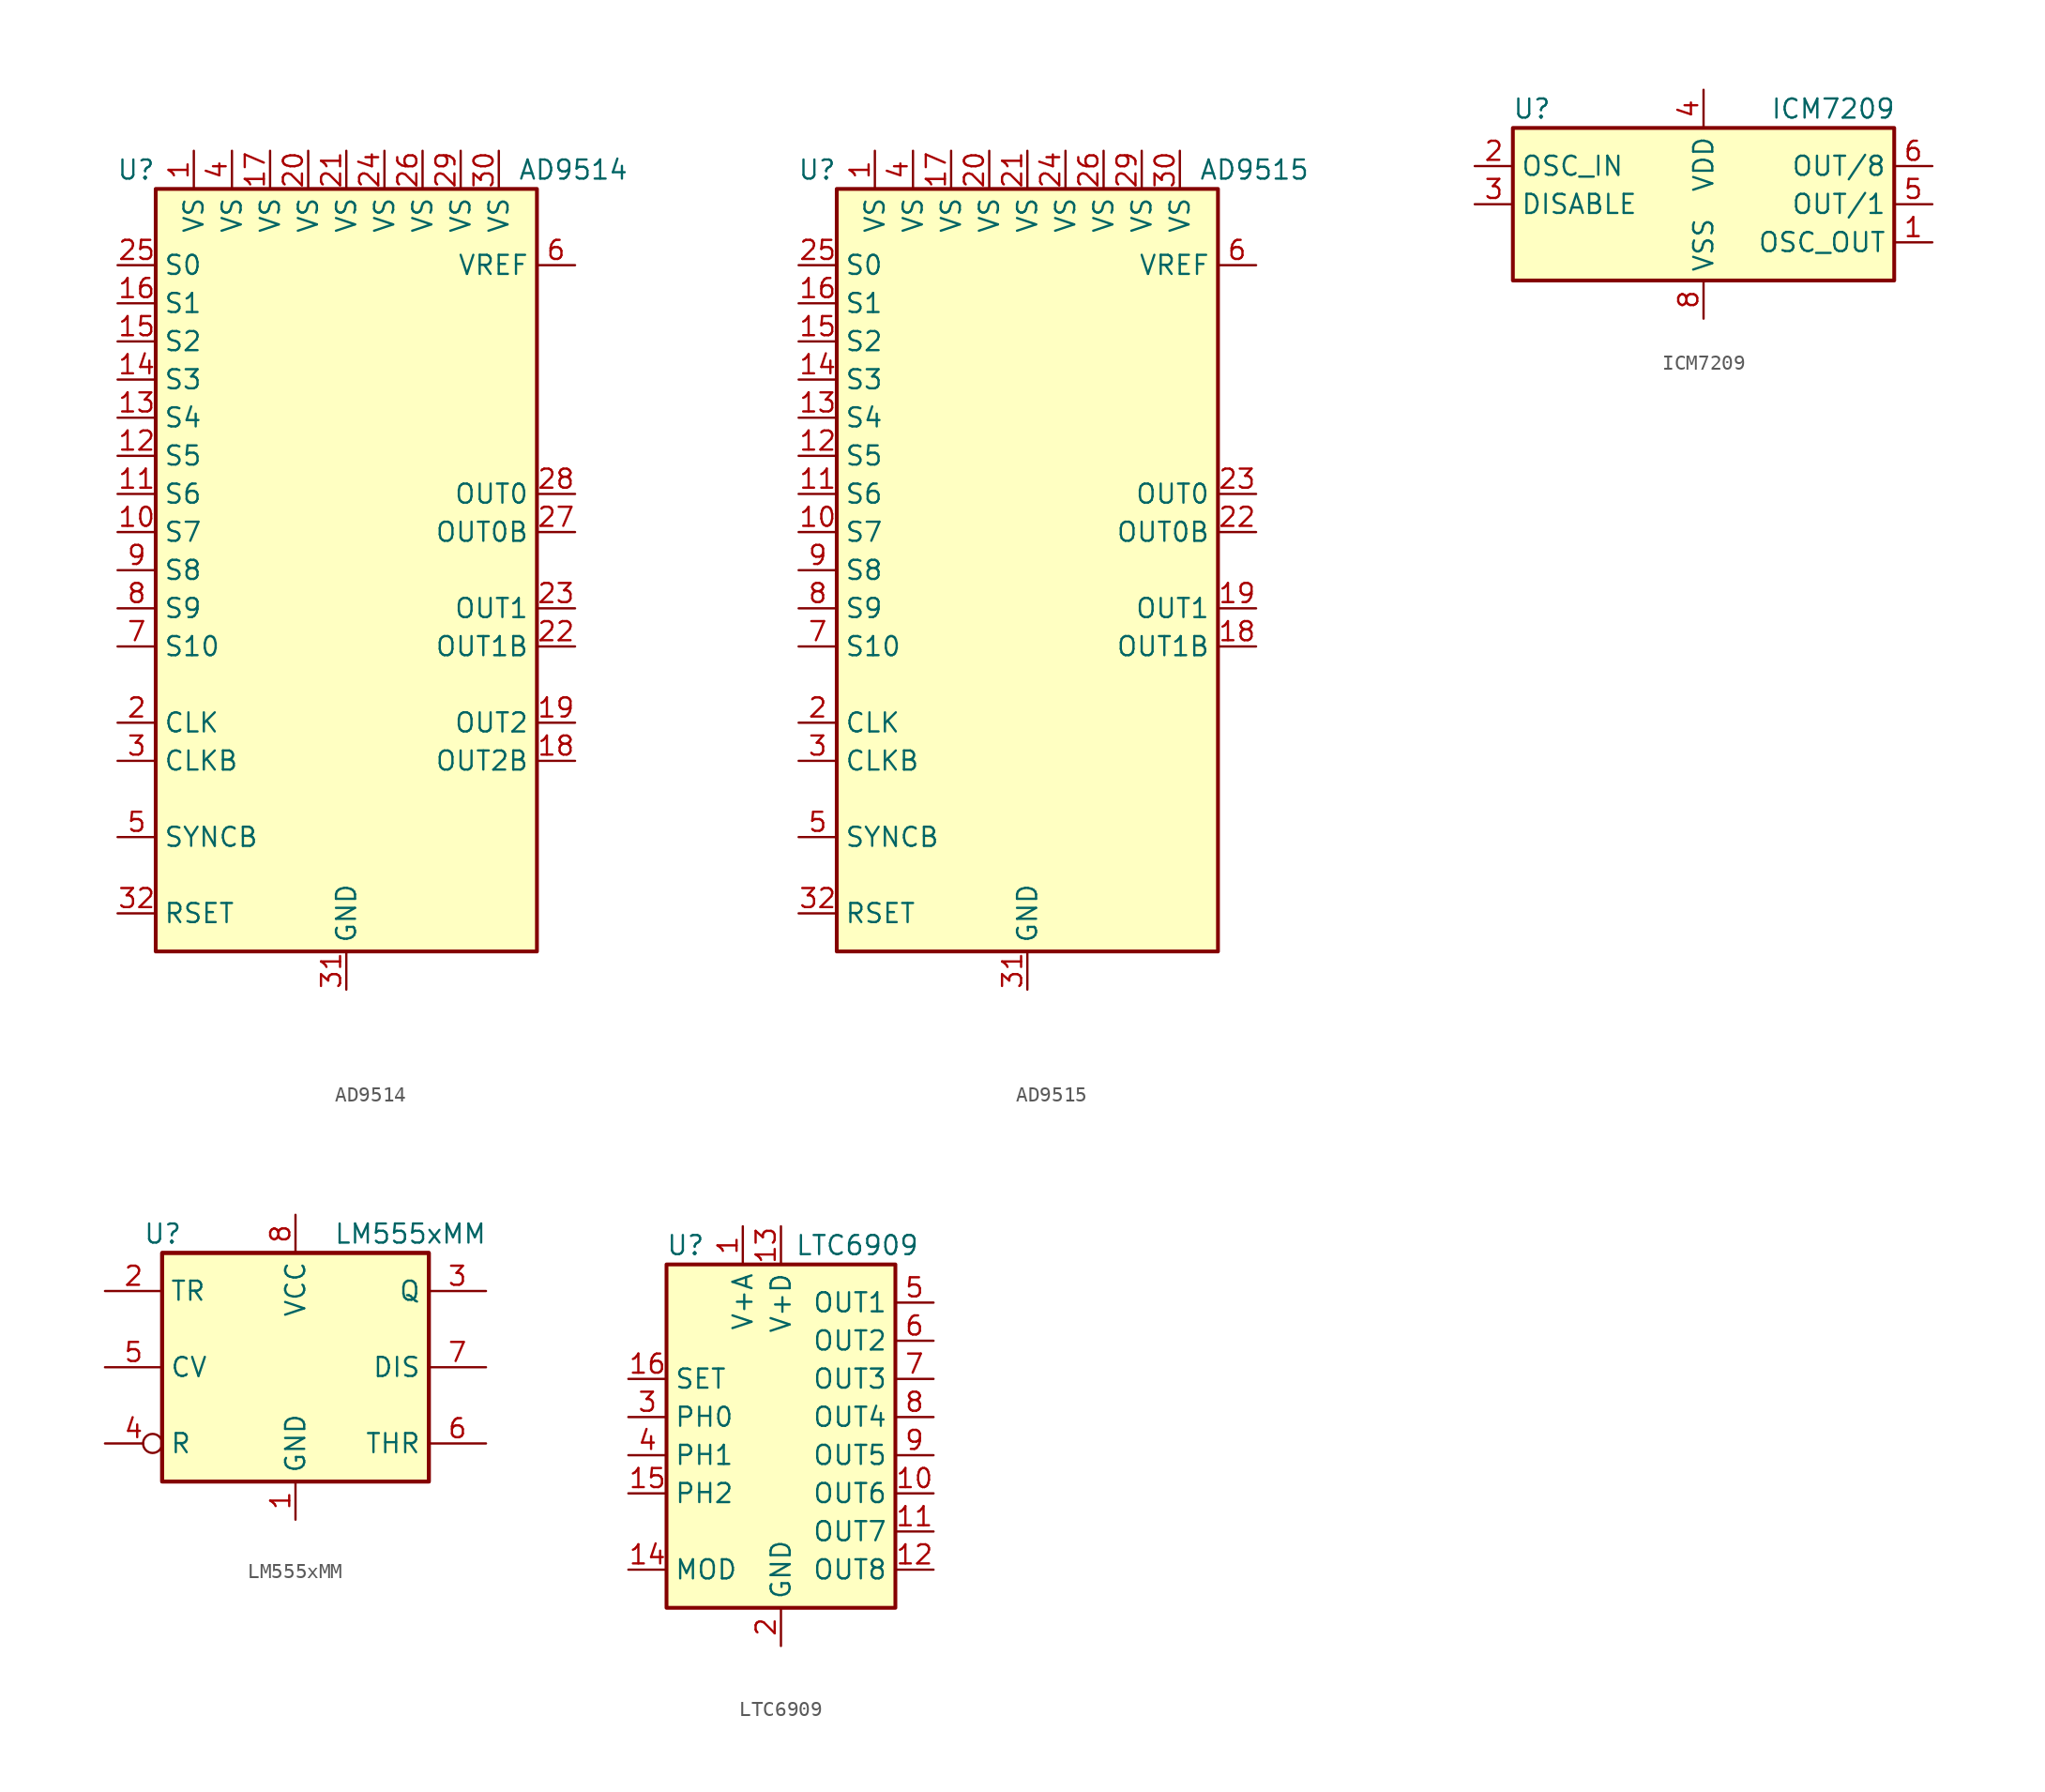
<source format=kicad_sym>
(kicad_symbol_lib
  (version 20211014)
  (generator kicad_symbol_editor)
  (symbol "AD9514"
    (property "Reference" "U"
      (at -12.7 26.67 0)
      (effects (font (size 1.27 1.27)) (justify right)))
    (property "Value" "AD9514"
      (at 11.43 26.67 0)
      (effects (font (size 1.27 1.27)) (justify left)))
    (symbol "AD9514_1_1"
      (rectangle (start -12.7 25.4) (end 12.7 -25.4) (stroke (width 0.254) (type default) (color 0 0 0 0)) (fill (type background)))
      (pin power_in line (at -10.16 27.94 270) (length 2.54) (name "VS" (effects (font (size 1.27 1.27)))) (number "1" (effects (font (size 1.27 1.27)))))
      (pin input line (at -15.24 2.54 0) (length 2.54) (name "S7" (effects (font (size 1.27 1.27)))) (number "10" (effects (font (size 1.27 1.27)))))
      (pin input line (at -15.24 5.08 0) (length 2.54) (name "S6" (effects (font (size 1.27 1.27)))) (number "11" (effects (font (size 1.27 1.27)))))
      (pin input line (at -15.24 7.62 0) (length 2.54) (name "S5" (effects (font (size 1.27 1.27)))) (number "12" (effects (font (size 1.27 1.27)))))
      (pin input line (at -15.24 10.16 0) (length 2.54) (name "S4" (effects (font (size 1.27 1.27)))) (number "13" (effects (font (size 1.27 1.27)))))
      (pin input line (at -15.24 12.7 0) (length 2.54) (name "S3" (effects (font (size 1.27 1.27)))) (number "14" (effects (font (size 1.27 1.27)))))
      (pin input line (at -15.24 15.24 0) (length 2.54) (name "S2" (effects (font (size 1.27 1.27)))) (number "15" (effects (font (size 1.27 1.27)))))
      (pin input line (at -15.24 17.78 0) (length 2.54) (name "S1" (effects (font (size 1.27 1.27)))) (number "16" (effects (font (size 1.27 1.27)))))
      (pin power_in line (at -5.08 27.94 270) (length 2.54) (name "VS" (effects (font (size 1.27 1.27)))) (number "17" (effects (font (size 1.27 1.27)))))
      (pin output line (at 15.24 -12.7 180) (length 2.54) (name "OUT2B" (effects (font (size 1.27 1.27)))) (number "18" (effects (font (size 1.27 1.27)))))
      (pin output line (at 15.24 -10.16 180) (length 2.54) (name "OUT2" (effects (font (size 1.27 1.27)))) (number "19" (effects (font (size 1.27 1.27)))))
      (pin input line (at -15.24 -10.16 0) (length 2.54) (name "CLK" (effects (font (size 1.27 1.27)))) (number "2" (effects (font (size 1.27 1.27)))))
      (pin power_in line (at -2.54 27.94 270) (length 2.54) (name "VS" (effects (font (size 1.27 1.27)))) (number "20" (effects (font (size 1.27 1.27)))))
      (pin power_in line (at 0 27.94 270) (length 2.54) (name "VS" (effects (font (size 1.27 1.27)))) (number "21" (effects (font (size 1.27 1.27)))))
      (pin open_emitter line (at 15.24 -5.08 180) (length 2.54) (name "OUT1B" (effects (font (size 1.27 1.27)))) (number "22" (effects (font (size 1.27 1.27)))))
      (pin open_emitter line (at 15.24 -2.54 180) (length 2.54) (name "OUT1" (effects (font (size 1.27 1.27)))) (number "23" (effects (font (size 1.27 1.27)))))
      (pin power_in line (at 2.54 27.94 270) (length 2.54) (name "VS" (effects (font (size 1.27 1.27)))) (number "24" (effects (font (size 1.27 1.27)))))
      (pin input line (at -15.24 20.32 0) (length 2.54) (name "S0" (effects (font (size 1.27 1.27)))) (number "25" (effects (font (size 1.27 1.27)))))
      (pin power_in line (at 5.08 27.94 270) (length 2.54) (name "VS" (effects (font (size 1.27 1.27)))) (number "26" (effects (font (size 1.27 1.27)))))
      (pin open_emitter line (at 15.24 2.54 180) (length 2.54) (name "OUT0B" (effects (font (size 1.27 1.27)))) (number "27" (effects (font (size 1.27 1.27)))))
      (pin open_emitter line (at 15.24 5.08 180) (length 2.54) (name "OUT0" (effects (font (size 1.27 1.27)))) (number "28" (effects (font (size 1.27 1.27)))))
      (pin power_in line (at 7.62 27.94 270) (length 2.54) (name "VS" (effects (font (size 1.27 1.27)))) (number "29" (effects (font (size 1.27 1.27)))))
      (pin input line (at -15.24 -12.7 0) (length 2.54) (name "CLKB" (effects (font (size 1.27 1.27)))) (number "3" (effects (font (size 1.27 1.27)))))
      (pin power_in line (at 10.16 27.94 270) (length 2.54) (name "VS" (effects (font (size 1.27 1.27)))) (number "30" (effects (font (size 1.27 1.27)))))
      (pin power_in line (at 0 -27.94 90) (length 2.54) (name "GND" (effects (font (size 1.27 1.27)))) (number "31" (effects (font (size 1.27 1.27)))))
      (pin passive line (at -15.24 -22.86 0) (length 2.54) (name "RSET" (effects (font (size 1.27 1.27)))) (number "32" (effects (font (size 1.27 1.27)))))
      (pin passive line (at 0 -27.94 90) (length 2.54) hide (name "GND" (effects (font (size 1.27 1.27)))) (number "33" (effects (font (size 1.27 1.27)))))
      (pin power_in line (at -7.62 27.94 270) (length 2.54) (name "VS" (effects (font (size 1.27 1.27)))) (number "4" (effects (font (size 1.27 1.27)))))
      (pin input line (at -15.24 -17.78 0) (length 2.54) (name "SYNCB" (effects (font (size 1.27 1.27)))) (number "5" (effects (font (size 1.27 1.27)))))
      (pin power_out line (at 15.24 20.32 180) (length 2.54) (name "VREF" (effects (font (size 1.27 1.27)))) (number "6" (effects (font (size 1.27 1.27)))))
      (pin input line (at -15.24 -5.08 0) (length 2.54) (name "S10" (effects (font (size 1.27 1.27)))) (number "7" (effects (font (size 1.27 1.27)))))
      (pin input line (at -15.24 -2.54 0) (length 2.54) (name "S9" (effects (font (size 1.27 1.27)))) (number "8" (effects (font (size 1.27 1.27)))))
      (pin input line (at -15.24 0 0) (length 2.54) (name "S8" (effects (font (size 1.27 1.27)))) (number "9" (effects (font (size 1.27 1.27)))))))
  (symbol "AD9515"
    (property "Reference" "U"
      (at -12.7 26.67 0)
      (effects (font (size 1.27 1.27)) (justify right)))
    (property "Value" "AD9515"
      (at 11.43 26.67 0)
      (effects (font (size 1.27 1.27)) (justify left)))
    (symbol "AD9515_1_1"
      (rectangle (start -12.7 25.4) (end 12.7 -25.4) (stroke (width 0.254) (type default) (color 0 0 0 0)) (fill (type background)))
      (pin power_in line (at -10.16 27.94 270) (length 2.54) (name "VS" (effects (font (size 1.27 1.27)))) (number "1" (effects (font (size 1.27 1.27)))))
      (pin input line (at -15.24 2.54 0) (length 2.54) (name "S7" (effects (font (size 1.27 1.27)))) (number "10" (effects (font (size 1.27 1.27)))))
      (pin input line (at -15.24 5.08 0) (length 2.54) (name "S6" (effects (font (size 1.27 1.27)))) (number "11" (effects (font (size 1.27 1.27)))))
      (pin input line (at -15.24 7.62 0) (length 2.54) (name "S5" (effects (font (size 1.27 1.27)))) (number "12" (effects (font (size 1.27 1.27)))))
      (pin input line (at -15.24 10.16 0) (length 2.54) (name "S4" (effects (font (size 1.27 1.27)))) (number "13" (effects (font (size 1.27 1.27)))))
      (pin input line (at -15.24 12.7 0) (length 2.54) (name "S3" (effects (font (size 1.27 1.27)))) (number "14" (effects (font (size 1.27 1.27)))))
      (pin input line (at -15.24 15.24 0) (length 2.54) (name "S2" (effects (font (size 1.27 1.27)))) (number "15" (effects (font (size 1.27 1.27)))))
      (pin input line (at -15.24 17.78 0) (length 2.54) (name "S1" (effects (font (size 1.27 1.27)))) (number "16" (effects (font (size 1.27 1.27)))))
      (pin power_in line (at -5.08 27.94 270) (length 2.54) (name "VS" (effects (font (size 1.27 1.27)))) (number "17" (effects (font (size 1.27 1.27)))))
      (pin output line (at 15.24 -5.08 180) (length 2.54) (name "OUT1B" (effects (font (size 1.27 1.27)))) (number "18" (effects (font (size 1.27 1.27)))))
      (pin output line (at 15.24 -2.54 180) (length 2.54) (name "OUT1" (effects (font (size 1.27 1.27)))) (number "19" (effects (font (size 1.27 1.27)))))
      (pin input line (at -15.24 -10.16 0) (length 2.54) (name "CLK" (effects (font (size 1.27 1.27)))) (number "2" (effects (font (size 1.27 1.27)))))
      (pin power_in line (at -2.54 27.94 270) (length 2.54) (name "VS" (effects (font (size 1.27 1.27)))) (number "20" (effects (font (size 1.27 1.27)))))
      (pin power_in line (at 0 27.94 270) (length 2.54) (name "VS" (effects (font (size 1.27 1.27)))) (number "21" (effects (font (size 1.27 1.27)))))
      (pin output line (at 15.24 2.54 180) (length 2.54) (name "OUT0B" (effects (font (size 1.27 1.27)))) (number "22" (effects (font (size 1.27 1.27)))))
      (pin output line (at 15.24 5.08 180) (length 2.54) (name "OUT0" (effects (font (size 1.27 1.27)))) (number "23" (effects (font (size 1.27 1.27)))))
      (pin power_in line (at 2.54 27.94 270) (length 2.54) (name "VS" (effects (font (size 1.27 1.27)))) (number "24" (effects (font (size 1.27 1.27)))))
      (pin input line (at -15.24 20.32 0) (length 2.54) (name "S0" (effects (font (size 1.27 1.27)))) (number "25" (effects (font (size 1.27 1.27)))))
      (pin power_in line (at 5.08 27.94 270) (length 2.54) (name "VS" (effects (font (size 1.27 1.27)))) (number "26" (effects (font (size 1.27 1.27)))))
      (pin no_connect line (at 12.7 10.16 180) (length 2.54) hide (name "NC" (effects (font (size 1.27 1.27)))) (number "27" (effects (font (size 1.27 1.27)))))
      (pin no_connect line (at 12.7 12.7 180) (length 2.54) hide (name "NC" (effects (font (size 1.27 1.27)))) (number "28" (effects (font (size 1.27 1.27)))))
      (pin power_in line (at 7.62 27.94 270) (length 2.54) (name "VS" (effects (font (size 1.27 1.27)))) (number "29" (effects (font (size 1.27 1.27)))))
      (pin input line (at -15.24 -12.7 0) (length 2.54) (name "CLKB" (effects (font (size 1.27 1.27)))) (number "3" (effects (font (size 1.27 1.27)))))
      (pin power_in line (at 10.16 27.94 270) (length 2.54) (name "VS" (effects (font (size 1.27 1.27)))) (number "30" (effects (font (size 1.27 1.27)))))
      (pin power_in line (at 0 -27.94 90) (length 2.54) (name "GND" (effects (font (size 1.27 1.27)))) (number "31" (effects (font (size 1.27 1.27)))))
      (pin passive line (at -15.24 -22.86 0) (length 2.54) (name "RSET" (effects (font (size 1.27 1.27)))) (number "32" (effects (font (size 1.27 1.27)))))
      (pin passive line (at 0 -27.94 90) (length 2.54) hide (name "GND" (effects (font (size 1.27 1.27)))) (number "33" (effects (font (size 1.27 1.27)))))
      (pin power_in line (at -7.62 27.94 270) (length 2.54) (name "VS" (effects (font (size 1.27 1.27)))) (number "4" (effects (font (size 1.27 1.27)))))
      (pin input line (at -15.24 -17.78 0) (length 2.54) (name "SYNCB" (effects (font (size 1.27 1.27)))) (number "5" (effects (font (size 1.27 1.27)))))
      (pin power_out line (at 15.24 20.32 180) (length 2.54) (name "VREF" (effects (font (size 1.27 1.27)))) (number "6" (effects (font (size 1.27 1.27)))))
      (pin input line (at -15.24 -5.08 0) (length 2.54) (name "S10" (effects (font (size 1.27 1.27)))) (number "7" (effects (font (size 1.27 1.27)))))
      (pin input line (at -15.24 -2.54 0) (length 2.54) (name "S9" (effects (font (size 1.27 1.27)))) (number "8" (effects (font (size 1.27 1.27)))))
      (pin input line (at -15.24 0 0) (length 2.54) (name "S8" (effects (font (size 1.27 1.27)))) (number "9" (effects (font (size 1.27 1.27)))))))
  (symbol "ICM7209"
    (property "Reference" "U"
      (at -11.43 6.35 0)
      (effects (font (size 1.27 1.27))))
    (property "Value" "ICM7209"
      (at 8.636 6.35 0)
      (effects (font (size 1.27 1.27))))
    (symbol "ICM7209_0_1"
      (rectangle (start -12.7 -5.08) (end 12.7 5.08) (stroke (width 0.254) (type default) (color 0 0 0 0)) (fill (type background))))
    (symbol "ICM7209_1_1"
      (pin output line (at 15.24 -2.54 180) (length 2.54) (name "OSC_OUT" (effects (font (size 1.27 1.27)))) (number "1" (effects (font (size 1.27 1.27)))))
      (pin input line (at -15.24 2.54 0) (length 2.54) (name "OSC_IN" (effects (font (size 1.27 1.27)))) (number "2" (effects (font (size 1.27 1.27)))))
      (pin input line (at -15.24 0 0) (length 2.54) (name "DISABLE" (effects (font (size 1.27 1.27)))) (number "3" (effects (font (size 1.27 1.27)))))
      (pin power_in line (at 0 7.62 270) (length 2.54) (name "VDD" (effects (font (size 1.27 1.27)))) (number "4" (effects (font (size 1.27 1.27)))))
      (pin output line (at 15.24 0 180) (length 2.54) (name "OUT/1" (effects (font (size 1.27 1.27)))) (number "5" (effects (font (size 1.27 1.27)))))
      (pin output line (at 15.24 2.54 180) (length 2.54) (name "OUT/8" (effects (font (size 1.27 1.27)))) (number "6" (effects (font (size 1.27 1.27)))))
      (pin power_in line (at 0 -7.62 90) (length 2.54) (name "VSS" (effects (font (size 1.27 1.27)))) (number "8" (effects (font (size 1.27 1.27)))))))
  (symbol "LM555xMM"
    (property "Reference" "U"
      (at -10.16 8.89 0)
      (effects (font (size 1.27 1.27)) (justify left)))
    (property "Value" "LM555xMM"
      (at 2.54 8.89 0)
      (effects (font (size 1.27 1.27)) (justify left)))
    (symbol "LM555xMM_0_0"
      (pin power_in line (at 0 -10.16 90) (length 2.54) (name "GND" (effects (font (size 1.27 1.27)))) (number "1" (effects (font (size 1.27 1.27)))))
      (pin power_in line (at 0 10.16 270) (length 2.54) (name "VCC" (effects (font (size 1.27 1.27)))) (number "8" (effects (font (size 1.27 1.27))))))
    (symbol "LM555xMM_0_1"
      (rectangle (start -8.89 -7.62) (end 8.89 7.62) (stroke (width 0.254) (type default) (color 0 0 0 0)) (fill (type background)))
      (rectangle (start -8.89 -7.62) (end 8.89 7.62) (stroke (width 0.254) (type default) (color 0 0 0 0)) (fill (type background))))
    (symbol "LM555xMM_1_1"
      (pin input line (at -12.7 5.08 0) (length 3.81) (name "TR" (effects (font (size 1.27 1.27)))) (number "2" (effects (font (size 1.27 1.27)))))
      (pin output line (at 12.7 5.08 180) (length 3.81) (name "Q" (effects (font (size 1.27 1.27)))) (number "3" (effects (font (size 1.27 1.27)))))
      (pin input inverted (at -12.7 -5.08 0) (length 3.81) (name "R" (effects (font (size 1.27 1.27)))) (number "4" (effects (font (size 1.27 1.27)))))
      (pin input line (at -12.7 0 0) (length 3.81) (name "CV" (effects (font (size 1.27 1.27)))) (number "5" (effects (font (size 1.27 1.27)))))
      (pin input line (at 12.7 -5.08 180) (length 3.81) (name "THR" (effects (font (size 1.27 1.27)))) (number "6" (effects (font (size 1.27 1.27)))))
      (pin input line (at 12.7 0 180) (length 3.81) (name "DIS" (effects (font (size 1.27 1.27)))) (number "7" (effects (font (size 1.27 1.27)))))))
  (symbol "LTC6909"
    (property "Reference" "U"
      (at -6.35 11.43 0)
      (effects (font (size 1.27 1.27))))
    (property "Value" "LTC6909"
      (at 5.08 11.43 0)
      (effects (font (size 1.27 1.27))))
    (symbol "LTC6909_0_1"
      (rectangle (start -7.62 10.16) (end 7.62 -12.7) (stroke (width 0.254) (type default) (color 0 0 0 0)) (fill (type background))))
    (symbol "LTC6909_1_1"
      (pin power_in line (at -2.54 12.7 270) (length 2.54) (name "V+A" (effects (font (size 1.27 1.27)))) (number "1" (effects (font (size 1.27 1.27)))))
      (pin tri_state line (at 10.16 -5.08 180) (length 2.54) (name "OUT6" (effects (font (size 1.27 1.27)))) (number "10" (effects (font (size 1.27 1.27)))))
      (pin tri_state line (at 10.16 -7.62 180) (length 2.54) (name "OUT7" (effects (font (size 1.27 1.27)))) (number "11" (effects (font (size 1.27 1.27)))))
      (pin tri_state line (at 10.16 -10.16 180) (length 2.54) (name "OUT8" (effects (font (size 1.27 1.27)))) (number "12" (effects (font (size 1.27 1.27)))))
      (pin power_in line (at 0 12.7 270) (length 2.54) (name "V+D" (effects (font (size 1.27 1.27)))) (number "13" (effects (font (size 1.27 1.27)))))
      (pin passive line (at -10.16 -10.16 0) (length 2.54) (name "MOD" (effects (font (size 1.27 1.27)))) (number "14" (effects (font (size 1.27 1.27)))))
      (pin input line (at -10.16 -5.08 0) (length 2.54) (name "PH2" (effects (font (size 1.27 1.27)))) (number "15" (effects (font (size 1.27 1.27)))))
      (pin passive line (at -10.16 2.54 0) (length 2.54) (name "SET" (effects (font (size 1.27 1.27)))) (number "16" (effects (font (size 1.27 1.27)))))
      (pin power_in line (at 0 -15.24 90) (length 2.54) (name "GND" (effects (font (size 1.27 1.27)))) (number "2" (effects (font (size 1.27 1.27)))))
      (pin input line (at -10.16 0 0) (length 2.54) (name "PH0" (effects (font (size 1.27 1.27)))) (number "3" (effects (font (size 1.27 1.27)))))
      (pin input line (at -10.16 -2.54 0) (length 2.54) (name "PH1" (effects (font (size 1.27 1.27)))) (number "4" (effects (font (size 1.27 1.27)))))
      (pin tri_state line (at 10.16 7.62 180) (length 2.54) (name "OUT1" (effects (font (size 1.27 1.27)))) (number "5" (effects (font (size 1.27 1.27)))))
      (pin tri_state line (at 10.16 5.08 180) (length 2.54) (name "OUT2" (effects (font (size 1.27 1.27)))) (number "6" (effects (font (size 1.27 1.27)))))
      (pin tri_state line (at 10.16 2.54 180) (length 2.54) (name "OUT3" (effects (font (size 1.27 1.27)))) (number "7" (effects (font (size 1.27 1.27)))))
      (pin tri_state line (at 10.16 0 180) (length 2.54) (name "OUT4" (effects (font (size 1.27 1.27)))) (number "8" (effects (font (size 1.27 1.27)))))
      (pin tri_state line (at 10.16 -2.54 180) (length 2.54) (name "OUT5" (effects (font (size 1.27 1.27)))) (number "9" (effects (font (size 1.27 1.27))))))))
</source>
